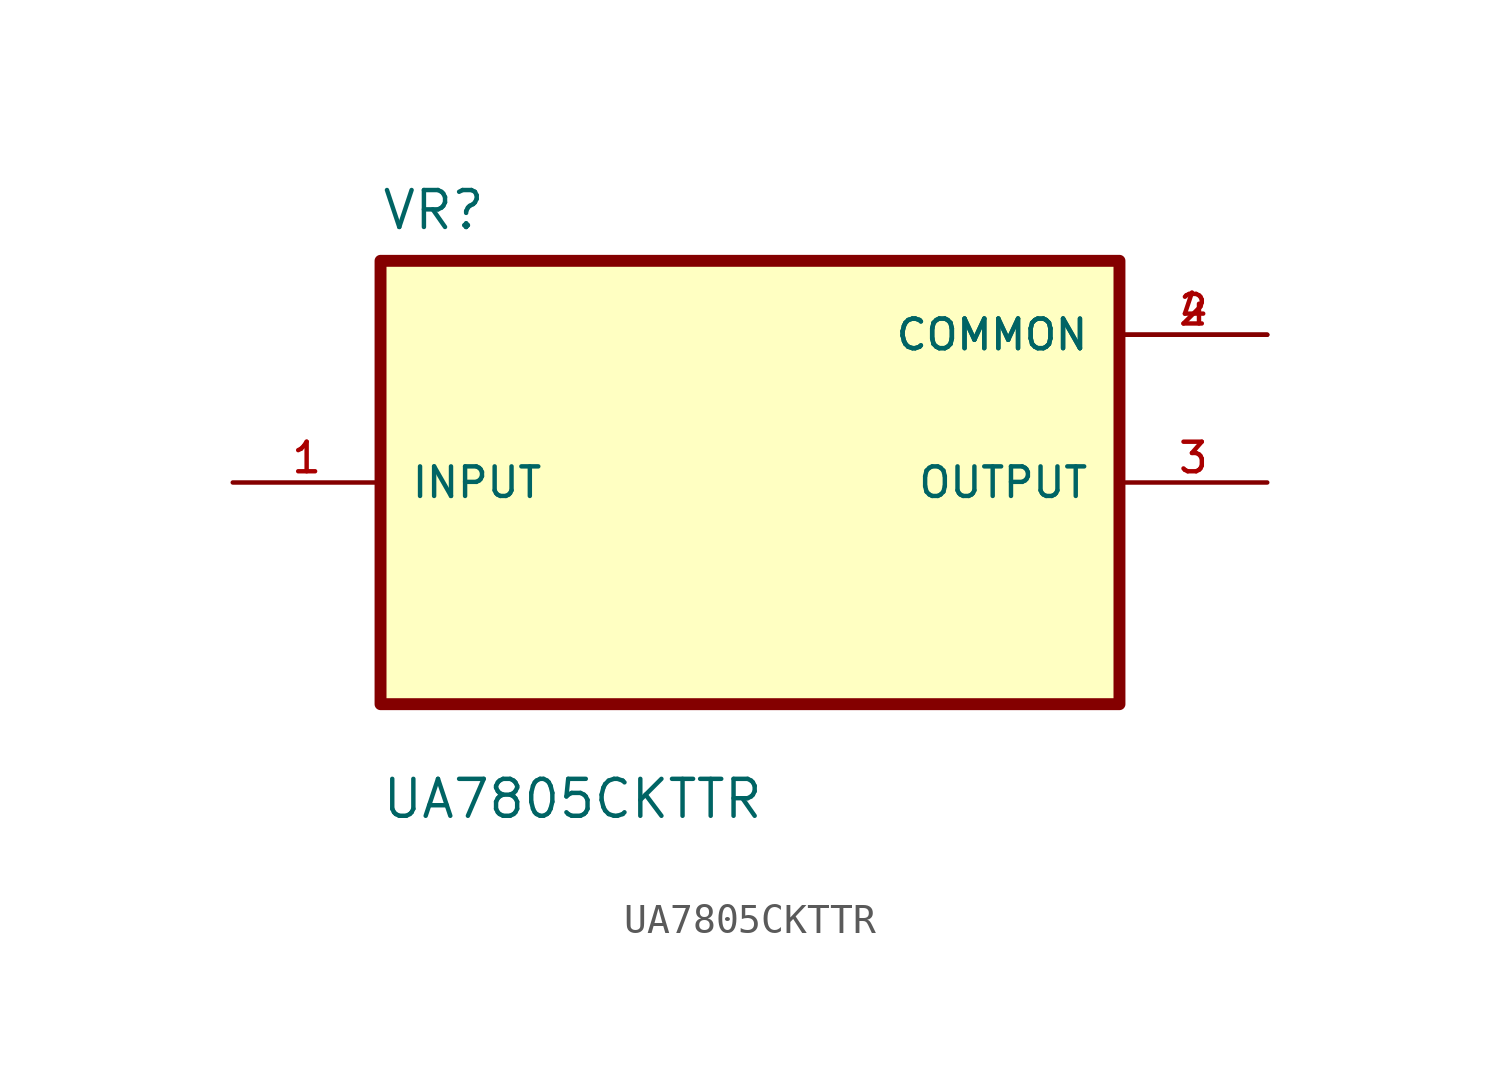
<source format=kicad_sym>
(kicad_symbol_lib
  (version 20211014)
  (generator kicad_symbol_editor)
  (symbol "UA7805CKTTR"
    (pin_names
      (offset 1.016))
    (property "Reference" "VR"
      (at -12.7 8.62 0.0)
      (effects (font (size 1.27 1.27)) (justify bottom left)))
    (property "Value" "UA7805CKTTR"
      (at -12.7 -11.62 0.0)
      (effects (font (size 1.27 1.27)) (justify bottom left)))
    (symbol "UA7805CKTTR_0_0"
      (rectangle (start -12.7 -7.62) (end 12.7 7.62) (stroke (width 0.41)) (fill (type background)))
      (pin input line (at -17.78 0.0 0) (length 5.08) (name "INPUT" (effects (font (size 1.016 1.016)))) (number "1" (effects (font (size 1.016 1.016)))))
      (pin power_in line (at 17.78 5.08 180.0) (length 5.08) (name "COMMON" (effects (font (size 1.016 1.016)))) (number "2" (effects (font (size 1.016 1.016)))))
      (pin power_in line (at 17.78 5.08 180.0) (length 5.08) (name "COMMON" (effects (font (size 1.016 1.016)))) (number "4" (effects (font (size 1.016 1.016)))))
      (pin output line (at 17.78 0.0 180.0) (length 5.08) (name "OUTPUT" (effects (font (size 1.016 1.016)))) (number "3" (effects (font (size 1.016 1.016))))))))
</source>
